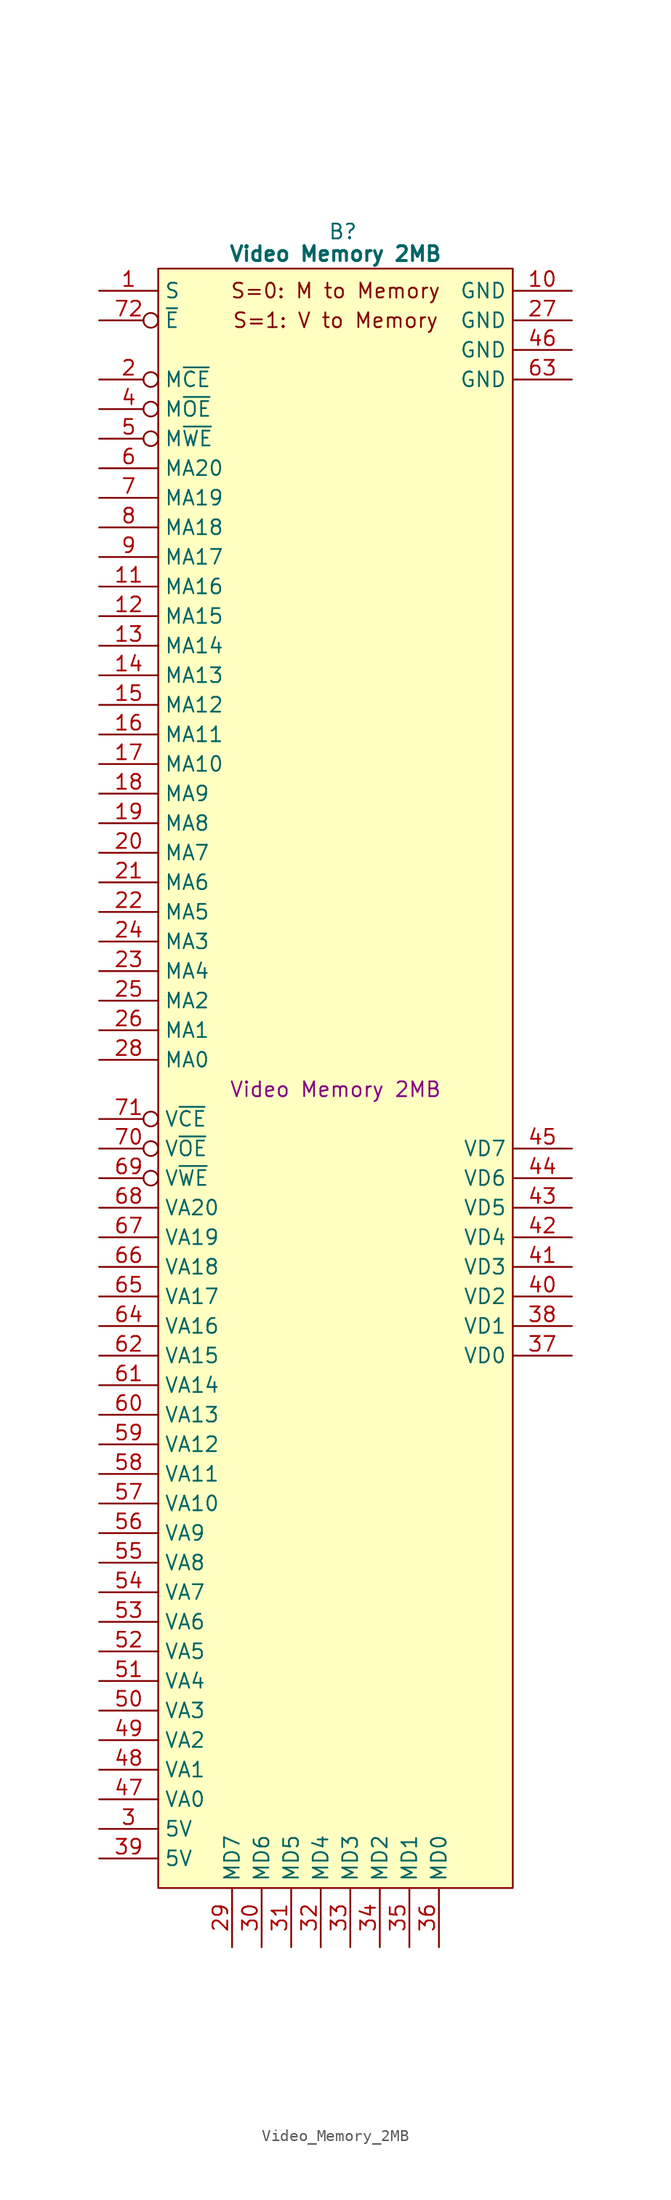
<source format=kicad_sym>
(kicad_symbol_lib
  (version 20241209)
  (generator "kicad_symbol_editor")
  (generator_version "9.0")
  (symbol "Video_Memory_2MB"
    (property "Reference" "B"
      (at 15.875 5.08 0)
      (effects (font (size 1.27 1.27))))
    (property "Value" "Video Memory 2MB"
      (at 15.24 3.175 0)
      (effects (font (size 1.27 1.27) (bold yes))))
    (property "Description" "Video Memory 2MB"
      (at 15.24 -68.58 0)
      (effects (font (size 1.27 1.27))))
    (symbol "Video_Memory_2MB_0_1"
      (polyline (pts (xy 0 1.905) (xy 30.48 1.905) (xy 30.48 -137.16) (xy 0 -137.16) (xy 0 1.905)) (stroke (width 0.152) (type default)) (fill (type background))))
    (symbol "Video_Memory_2MB_1_0"
      (pin input line (at -5.08 -78.74 0) (length 5.08) (name "VA20" (effects (font (size 1.27 1.27)))) (number "68" (effects (font (size 1.27 1.27)))))
      (pin input line (at -5.08 -81.28 0) (length 5.08) (name "VA19" (effects (font (size 1.27 1.27)))) (number "67" (effects (font (size 1.27 1.27)))))
      (pin input line (at -5.08 -83.82 0) (length 5.08) (name "VA18" (effects (font (size 1.27 1.27)))) (number "66" (effects (font (size 1.27 1.27)))))
      (pin input line (at -5.08 -86.36 0) (length 5.08) (name "VA17" (effects (font (size 1.27 1.27)))) (number "65" (effects (font (size 1.27 1.27)))))
      (pin input line (at -5.08 -93.98 0) (length 5.08) (name "VA14" (effects (font (size 1.27 1.27)))) (number "61" (effects (font (size 1.27 1.27)))))
      (pin input line (at -5.08 -96.52 0) (length 5.08) (name "VA13" (effects (font (size 1.27 1.27)))) (number "60" (effects (font (size 1.27 1.27)))))
      (pin input line (at -5.08 -99.06 0) (length 5.08) (name "VA12" (effects (font (size 1.27 1.27)))) (number "59" (effects (font (size 1.27 1.27)))))
      (pin input line (at -5.08 -101.6 0) (length 5.08) (name "VA11" (effects (font (size 1.27 1.27)))) (number "58" (effects (font (size 1.27 1.27)))))
      (pin input line (at -5.08 -104.14 0) (length 5.08) (name "VA10" (effects (font (size 1.27 1.27)))) (number "57" (effects (font (size 1.27 1.27)))))
      (pin input line (at -5.08 -106.68 0) (length 5.08) (name "VA9" (effects (font (size 1.27 1.27)))) (number "56" (effects (font (size 1.27 1.27)))))
      (pin input line (at -5.08 -111.76 0) (length 5.08) (name "VA7" (effects (font (size 1.27 1.27)))) (number "54" (effects (font (size 1.27 1.27)))))
      (pin passive line (at -5.08 -134.62 0) (length 5.08) (name "5V" (effects (font (size 1.27 1.27)))) (number "39" (effects (font (size 1.27 1.27)))))
      (pin tri_state line (at 13.97 -142.24 90) (length 5.08) (name "MD4" (effects (font (size 1.27 1.27)))) (number "32" (effects (font (size 1.27 1.27)))))
      (pin tri_state line (at 16.51 -142.24 90) (length 5.08) (name "MD3" (effects (font (size 1.27 1.27)))) (number "33" (effects (font (size 1.27 1.27)))))
      (pin tri_state line (at 19.05 -142.24 90) (length 5.08) (name "MD2" (effects (font (size 1.27 1.27)))) (number "34" (effects (font (size 1.27 1.27)))))
      (pin tri_state line (at 24.13 -142.24 90) (length 5.08) (name "MD0" (effects (font (size 1.27 1.27)))) (number "36" (effects (font (size 1.27 1.27)))))
      (pin tri_state line (at 35.56 -73.66 180) (length 5.08) (name "VD7" (effects (font (size 1.27 1.27)))) (number "45" (effects (font (size 1.27 1.27)))))
      (pin tri_state line (at 35.56 -88.9 180) (length 5.08) (name "VD1" (effects (font (size 1.27 1.27)))) (number "38" (effects (font (size 1.27 1.27)))))
      (pin tri_state line (at 35.56 -91.44 180) (length 5.08) (name "VD0" (effects (font (size 1.27 1.27)))) (number "37" (effects (font (size 1.27 1.27))))))
    (symbol "Video_Memory_2MB_1_1"
      (text "S=0: M to Memory" (at 15.24 0 0) (effects (font (size 1.27 1.27))))
      (text "S=1: V to Memory" (at 15.24 -2.54 0) (effects (font (size 1.27 1.27))))
      (pin input line (at -5.08 0 0) (length 5.08) (name "S" (effects (font (size 1.27 1.27)))) (number "1" (effects (font (size 1.27 1.27)))))
      (pin input inverted (at -5.08 -2.54 0) (length 5.08) (name "~{E}" (effects (font (size 1.27 1.27)))) (number "72" (effects (font (size 1.27 1.27)))))
      (pin input inverted (at -5.08 -7.62 0) (length 5.08) (name "M~{CE}" (effects (font (size 1.27 1.27)))) (number "2" (effects (font (size 1.27 1.27)))))
      (pin input inverted (at -5.08 -10.16 0) (length 5.08) (name "M~{OE}" (effects (font (size 1.27 1.27)))) (number "4" (effects (font (size 1.27 1.27)))))
      (pin input inverted (at -5.08 -12.7 0) (length 5.08) (name "M~{WE}" (effects (font (size 1.27 1.27)))) (number "5" (effects (font (size 1.27 1.27)))))
      (pin input line (at -5.08 -15.24 0) (length 5.08) (name "MA20" (effects (font (size 1.27 1.27)))) (number "6" (effects (font (size 1.27 1.27)))))
      (pin input line (at -5.08 -17.78 0) (length 5.08) (name "MA19" (effects (font (size 1.27 1.27)))) (number "7" (effects (font (size 1.27 1.27)))))
      (pin input line (at -5.08 -20.32 0) (length 5.08) (name "MA18" (effects (font (size 1.27 1.27)))) (number "8" (effects (font (size 1.27 1.27)))))
      (pin input line (at -5.08 -22.86 0) (length 5.08) (name "MA17" (effects (font (size 1.27 1.27)))) (number "9" (effects (font (size 1.27 1.27)))))
      (pin input line (at -5.08 -25.4 0) (length 5.08) (name "MA16" (effects (font (size 1.27 1.27)))) (number "11" (effects (font (size 1.27 1.27)))))
      (pin input line (at -5.08 -27.94 0) (length 5.08) (name "MA15" (effects (font (size 1.27 1.27)))) (number "12" (effects (font (size 1.27 1.27)))))
      (pin input line (at -5.08 -30.48 0) (length 5.08) (name "MA14" (effects (font (size 1.27 1.27)))) (number "13" (effects (font (size 1.27 1.27)))))
      (pin input line (at -5.08 -33.02 0) (length 5.08) (name "MA13" (effects (font (size 1.27 1.27)))) (number "14" (effects (font (size 1.27 1.27)))))
      (pin input line (at -5.08 -35.56 0) (length 5.08) (name "MA12" (effects (font (size 1.27 1.27)))) (number "15" (effects (font (size 1.27 1.27)))))
      (pin input line (at -5.08 -38.1 0) (length 5.08) (name "MA11" (effects (font (size 1.27 1.27)))) (number "16" (effects (font (size 1.27 1.27)))))
      (pin input line (at -5.08 -40.64 0) (length 5.08) (name "MA10" (effects (font (size 1.27 1.27)))) (number "17" (effects (font (size 1.27 1.27)))))
      (pin input line (at -5.08 -43.18 0) (length 5.08) (name "MA9" (effects (font (size 1.27 1.27)))) (number "18" (effects (font (size 1.27 1.27)))))
      (pin input line (at -5.08 -45.72 0) (length 5.08) (name "MA8" (effects (font (size 1.27 1.27)))) (number "19" (effects (font (size 1.27 1.27)))))
      (pin input line (at -5.08 -48.26 0) (length 5.08) (name "MA7" (effects (font (size 1.27 1.27)))) (number "20" (effects (font (size 1.27 1.27)))))
      (pin input line (at -5.08 -50.8 0) (length 5.08) (name "MA6" (effects (font (size 1.27 1.27)))) (number "21" (effects (font (size 1.27 1.27)))))
      (pin input line (at -5.08 -53.34 0) (length 5.08) (name "MA5" (effects (font (size 1.27 1.27)))) (number "22" (effects (font (size 1.27 1.27)))))
      (pin input line (at -5.08 -55.88 0) (length 5.08) (name "MA3" (effects (font (size 1.27 1.27)))) (number "24" (effects (font (size 1.27 1.27)))))
      (pin input line (at -5.08 -58.42 0) (length 5.08) (name "MA4" (effects (font (size 1.27 1.27)))) (number "23" (effects (font (size 1.27 1.27)))))
      (pin input line (at -5.08 -60.96 0) (length 5.08) (name "MA2" (effects (font (size 1.27 1.27)))) (number "25" (effects (font (size 1.27 1.27)))))
      (pin input line (at -5.08 -63.5 0) (length 5.08) (name "MA1" (effects (font (size 1.27 1.27)))) (number "26" (effects (font (size 1.27 1.27)))))
      (pin input line (at -5.08 -66.04 0) (length 5.08) (name "MA0" (effects (font (size 1.27 1.27)))) (number "28" (effects (font (size 1.27 1.27)))))
      (pin input inverted (at -5.08 -71.12 0) (length 5.08) (name "V~{CE}" (effects (font (size 1.27 1.27)))) (number "71" (effects (font (size 1.27 1.27)))))
      (pin input inverted (at -5.08 -73.66 0) (length 5.08) (name "V~{OE}" (effects (font (size 1.27 1.27)))) (number "70" (effects (font (size 1.27 1.27)))))
      (pin input inverted (at -5.08 -76.2 0) (length 5.08) (name "V~{WE}" (effects (font (size 1.27 1.27)))) (number "69" (effects (font (size 1.27 1.27)))))
      (pin input line (at -5.08 -88.9 0) (length 5.08) (name "VA16" (effects (font (size 1.27 1.27)))) (number "64" (effects (font (size 1.27 1.27)))))
      (pin input line (at -5.08 -91.44 0) (length 5.08) (name "VA15" (effects (font (size 1.27 1.27)))) (number "62" (effects (font (size 1.27 1.27)))))
      (pin input line (at -5.08 -109.22 0) (length 5.08) (name "VA8" (effects (font (size 1.27 1.27)))) (number "55" (effects (font (size 1.27 1.27)))))
      (pin input line (at -5.08 -114.3 0) (length 5.08) (name "VA6" (effects (font (size 1.27 1.27)))) (number "53" (effects (font (size 1.27 1.27)))))
      (pin input line (at -5.08 -116.84 0) (length 5.08) (name "VA5" (effects (font (size 1.27 1.27)))) (number "52" (effects (font (size 1.27 1.27)))))
      (pin input line (at -5.08 -119.38 0) (length 5.08) (name "VA4" (effects (font (size 1.27 1.27)))) (number "51" (effects (font (size 1.27 1.27)))))
      (pin input line (at -5.08 -121.92 0) (length 5.08) (name "VA3" (effects (font (size 1.27 1.27)))) (number "50" (effects (font (size 1.27 1.27)))))
      (pin input line (at -5.08 -124.46 0) (length 5.08) (name "VA2" (effects (font (size 1.27 1.27)))) (number "49" (effects (font (size 1.27 1.27)))))
      (pin input line (at -5.08 -127 0) (length 5.08) (name "VA1" (effects (font (size 1.27 1.27)))) (number "48" (effects (font (size 1.27 1.27)))))
      (pin input line (at -5.08 -129.54 0) (length 5.08) (name "VA0" (effects (font (size 1.27 1.27)))) (number "47" (effects (font (size 1.27 1.27)))))
      (pin passive line (at -5.08 -132.08 0) (length 5.08) (name "5V" (effects (font (size 1.27 1.27)))) (number "3" (effects (font (size 1.27 1.27)))))
      (pin tri_state line (at 6.35 -142.24 90) (length 5.08) (name "MD7" (effects (font (size 1.27 1.27)))) (number "29" (effects (font (size 1.27 1.27)))))
      (pin tri_state line (at 8.89 -142.24 90) (length 5.08) (name "MD6" (effects (font (size 1.27 1.27)))) (number "30" (effects (font (size 1.27 1.27)))))
      (pin tri_state line (at 11.43 -142.24 90) (length 5.08) (name "MD5" (effects (font (size 1.27 1.27)))) (number "31" (effects (font (size 1.27 1.27)))))
      (pin tri_state line (at 21.59 -142.24 90) (length 5.08) (name "MD1" (effects (font (size 1.27 1.27)))) (number "35" (effects (font (size 1.27 1.27)))))
      (pin passive line (at 35.56 0 180) (length 5.08) (name "GND" (effects (font (size 1.27 1.27)))) (number "10" (effects (font (size 1.27 1.27)))))
      (pin passive line (at 35.56 -2.54 180) (length 5.08) (name "GND" (effects (font (size 1.27 1.27)))) (number "27" (effects (font (size 1.27 1.27)))))
      (pin passive line (at 35.56 -5.08 180) (length 5.08) (name "GND" (effects (font (size 1.27 1.27)))) (number "46" (effects (font (size 1.27 1.27)))))
      (pin passive line (at 35.56 -7.62 180) (length 5.08) (name "GND" (effects (font (size 1.27 1.27)))) (number "63" (effects (font (size 1.27 1.27)))))
      (pin tri_state line (at 35.56 -76.2 180) (length 5.08) (name "VD6" (effects (font (size 1.27 1.27)))) (number "44" (effects (font (size 1.27 1.27)))))
      (pin tri_state line (at 35.56 -78.74 180) (length 5.08) (name "VD5" (effects (font (size 1.27 1.27)))) (number "43" (effects (font (size 1.27 1.27)))))
      (pin tri_state line (at 35.56 -81.28 180) (length 5.08) (name "VD4" (effects (font (size 1.27 1.27)))) (number "42" (effects (font (size 1.27 1.27)))))
      (pin tri_state line (at 35.56 -83.82 180) (length 5.08) (name "VD3" (effects (font (size 1.27 1.27)))) (number "41" (effects (font (size 1.27 1.27)))))
      (pin tri_state line (at 35.56 -86.36 180) (length 5.08) (name "VD2" (effects (font (size 1.27 1.27)))) (number "40" (effects (font (size 1.27 1.27))))))))
</source>
